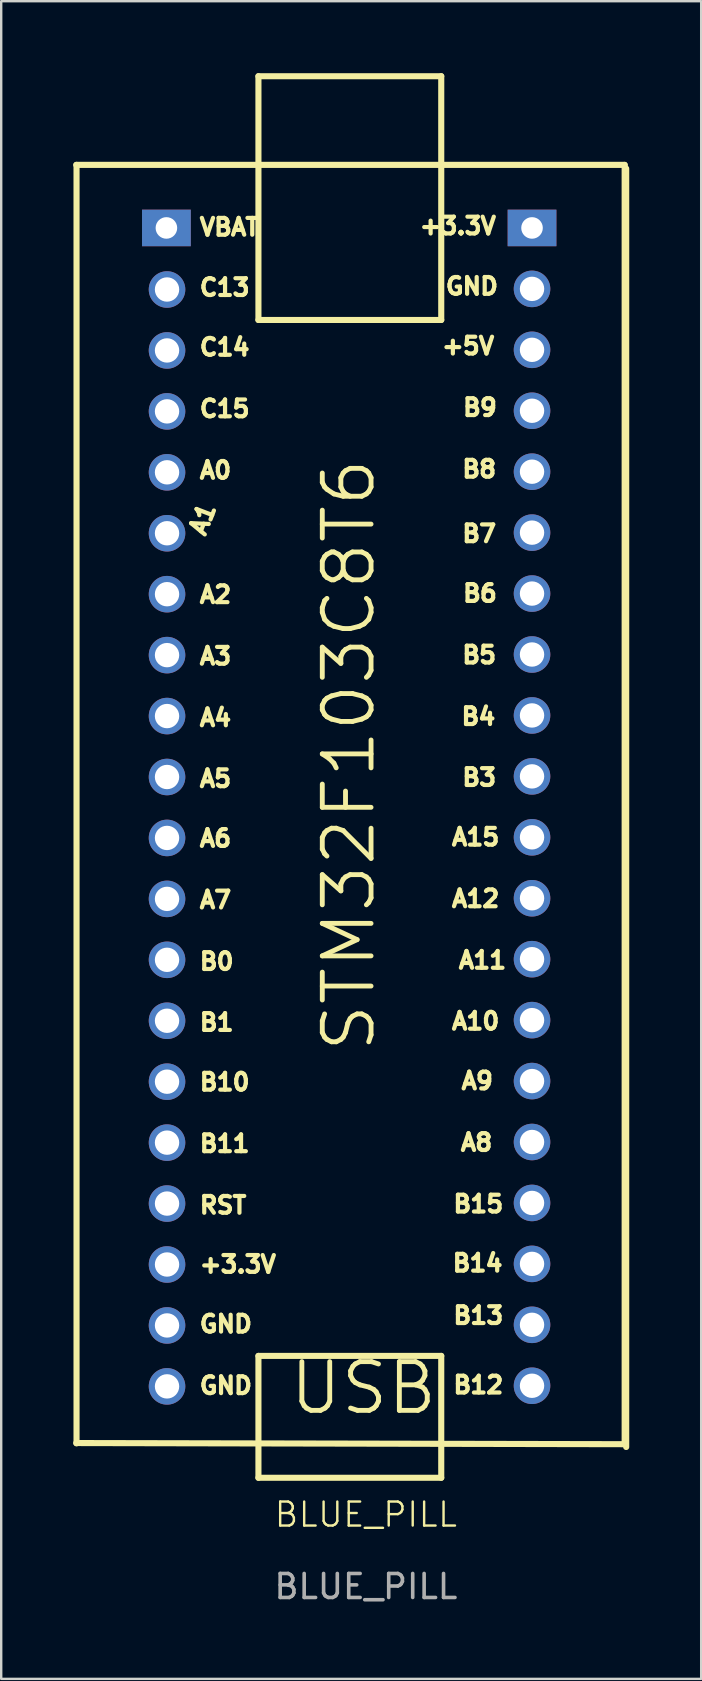
<source format=kicad_pcb>
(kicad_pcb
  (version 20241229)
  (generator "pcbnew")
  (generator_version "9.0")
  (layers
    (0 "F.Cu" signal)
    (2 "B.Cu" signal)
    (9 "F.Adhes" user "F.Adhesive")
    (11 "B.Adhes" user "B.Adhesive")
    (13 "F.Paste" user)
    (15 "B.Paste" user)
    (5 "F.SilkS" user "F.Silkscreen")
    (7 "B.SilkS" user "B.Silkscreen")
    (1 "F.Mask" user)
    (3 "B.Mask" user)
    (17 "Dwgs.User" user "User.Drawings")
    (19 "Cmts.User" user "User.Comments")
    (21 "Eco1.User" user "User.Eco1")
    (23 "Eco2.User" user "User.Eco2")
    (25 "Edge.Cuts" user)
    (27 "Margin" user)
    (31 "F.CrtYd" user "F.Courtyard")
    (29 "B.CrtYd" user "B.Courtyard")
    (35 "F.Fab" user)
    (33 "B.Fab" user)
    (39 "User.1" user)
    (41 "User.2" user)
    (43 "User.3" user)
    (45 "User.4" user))
  (footprint "BLUE_PILL"
    (layer "F.Cu")
    (at 12.22 29.21)
    (property "Reference" "BLUE_PILL" (at -0.02 30.87 0) (unlocked yes) (layer "F.SilkS") (effects (font (size 1 1) (thickness 0.1))))
    (attr through_hole)
    (fp_line (start -12.093 -25.388) (end 10.767 -25.388) (stroke (width 0.254) (type solid)) (layer "F.SilkS"))
    (fp_line (start -12.093 27.889) (end 10.772 27.937) (stroke (width 0.254) (type solid)) (layer "F.SilkS"))
    (fp_line (start -12.08 27.902) (end -12.08 -25.388) (stroke (width 0.254) (type solid)) (layer "F.SilkS"))
    (fp_line (start -4.498 -29.083) (end 3.122 -29.083) (stroke (width 0.254) (type solid)) (layer "F.SilkS"))
    (fp_line (start -4.498 -18.923) (end -4.498 -29.083) (stroke (width 0.254) (type solid)) (layer "F.SilkS"))
    (fp_line (start -4.498 -18.923) (end 3.122 -18.923) (stroke (width 0.254) (type solid)) (layer "F.SilkS"))
    (fp_line (start -4.498 24.257) (end 3.122 24.257) (stroke (width 0.254) (type solid)) (layer "F.SilkS"))
    (fp_line (start -4.498 29.337) (end -4.498 24.257) (stroke (width 0.254) (type solid)) (layer "F.SilkS"))
    (fp_line (start -4.498 29.337) (end 3.122 29.337) (stroke (width 0.254) (type solid)) (layer "F.SilkS"))
    (fp_line (start 3.122 -18.923) (end 3.122 -29.083) (stroke (width 0.254) (type solid)) (layer "F.SilkS"))
    (fp_line (start 3.122 29.337) (end 3.122 24.257) (stroke (width 0.254) (type solid)) (layer "F.SilkS"))
    (fp_line (start 10.767 27.902) (end 10.767 -25.388) (stroke (width 0.254) (type solid)) (layer "F.SilkS"))
    (fp_line (start 10.831 28.054) (end 10.831 -25.235) (stroke (width 0.254) (type solid)) (layer "F.SilkS"))
    (fp_line (start -0.06 0) (end -0.059 -0.001) (stroke (width 0.003) (type solid)) (layer "Eco1.User"))
    (fp_text user "B1" (at -7.038 10.764 0) (unlocked yes) (layer "F.SilkS") (effects (font (size 0.7 0.7) (thickness 0.2)) (justify left bottom)))
    (fp_text user "B13" (at 3.536 22.981 0) (unlocked yes) (layer "F.SilkS") (effects (font (size 0.7 0.7) (thickness 0.2)) (justify left bottom)))
    (fp_text user "B6" (at 3.937 -7.118 0) (unlocked yes) (layer "F.SilkS") (effects (font (size 0.7 0.7) (thickness 0.2)) (justify left bottom)))
    (fp_text user "+5V" (at 3.058 -17.43 0) (unlocked yes) (layer "F.SilkS") (effects (font (size 0.7 0.7) (thickness 0.2)) (justify left bottom)))
    (fp_text user "+3.3V" (at -7.038 20.848 0) (unlocked yes) (layer "F.SilkS") (effects (font (size 0.7 0.7) (thickness 0.2)) (justify left bottom)))
    (fp_text user "B8" (at 3.906 -12.299 0) (unlocked yes) (layer "F.SilkS") (effects (font (size 0.7 0.7) (thickness 0.2)) (justify left bottom)))
    (fp_text user "A0" (at -7.038 -12.249 0) (unlocked yes) (layer "F.SilkS") (effects (font (size 0.7 0.7) (thickness 0.2)) (justify left bottom)))
    (fp_text user "A4" (at -7.038 -1.936 0) (unlocked yes) (layer "F.SilkS") (effects (font (size 0.7 0.7) (thickness 0.2)) (justify left bottom)))
    (fp_text user "GND" (at -7.038 23.337 0) (unlocked yes) (layer "F.SilkS") (effects (font (size 0.7 0.7) (thickness 0.2)) (justify left bottom)))
    (fp_text user "A3" (at -7.038 -4.502 0) (unlocked yes) (layer "F.SilkS") (effects (font (size 0.7 0.7) (thickness 0.2)) (justify left bottom)))
    (fp_text user "GND" (at -7.038 25.902 0) (unlocked yes) (layer "F.SilkS") (effects (font (size 0.7 0.7) (thickness 0.2)) (justify left bottom)))
    (fp_text user "B5" (at 3.906 -4.552 0) (unlocked yes) (layer "F.SilkS") (effects (font (size 0.7 0.7) (thickness 0.2)) (justify left bottom)))
    (fp_text user "A9" (at 3.873 13.202 0) (unlocked yes) (layer "F.SilkS") (effects (font (size 0.7 0.7) (thickness 0.2)) (justify left bottom)))
    (fp_text user "A2" (at -7.038 -7.067 0) (unlocked yes) (layer "F.SilkS") (effects (font (size 0.7 0.7) (thickness 0.2)) (justify left bottom)))
    (fp_text user "B11" (at -7.038 15.818 0) (unlocked yes) (layer "F.SilkS") (effects (font (size 0.7 0.7) (thickness 0.2)) (justify left bottom)))
    (fp_text user "B4" (at 3.873 -1.987 0) (unlocked yes) (layer "F.SilkS") (effects (font (size 0.7 0.7) (thickness 0.2)) (justify left bottom)))
    (fp_text user "C13" (at -7.038 -19.869 0) (unlocked yes) (layer "F.SilkS") (effects (font (size 0.7 0.7) (thickness 0.2)) (justify left bottom)))
    (fp_text user "A6" (at -7.038 3.093 0) (unlocked yes) (layer "F.SilkS") (effects (font (size 0.7 0.7) (thickness 0.2)) (justify left bottom)))
    (fp_text user "B15" (at 3.536 18.333 0) (unlocked yes) (layer "F.SilkS") (effects (font (size 0.7 0.7) (thickness 0.2)) (justify left bottom)))
    (fp_text user "GND" (at 3.218 -19.919 0) (unlocked yes) (layer "F.SilkS") (effects (font (size 0.7 0.7) (thickness 0.2)) (justify left bottom)))
    (fp_text user "A15" (at 3.472 3.042 0) (unlocked yes) (layer "F.SilkS") (effects (font (size 0.7 0.7) (thickness 0.2)) (justify left bottom)))
    (fp_text user "A8" (at 3.843 15.768 0) (unlocked yes) (layer "F.SilkS") (effects (font (size 0.7 0.7) (thickness 0.2)) (justify left bottom)))
    (fp_text user "B12" (at 3.536 25.877 0) (unlocked yes) (layer "F.SilkS") (effects (font (size 0.7 0.7) (thickness 0.2)) (justify left bottom)))
    (fp_text user "A10" (at 3.472 10.713 0) (unlocked yes) (layer "F.SilkS") (effects (font (size 0.7 0.7) (thickness 0.2)) (justify left bottom)))
    (fp_text user "C15" (at -7.038 -14.814 0) (unlocked yes) (layer "F.SilkS") (effects (font (size 0.7 0.7) (thickness 0.2)) (justify left bottom)))
    (fp_text user "A12" (at 3.472 5.608 0) (unlocked yes) (layer "F.SilkS") (effects (font (size 0.7 0.7) (thickness 0.2)) (justify left bottom)))
    (fp_text user "USB" (at -3.305 26.787 0) (unlocked yes) (layer "F.SilkS") (effects (font (size 2.032 2.032) (thickness 0.203)) (justify left bottom)))
    (fp_text user "B7" (at 3.906 -9.607 0) (unlocked yes) (layer "F.SilkS") (effects (font (size 0.7 0.7) (thickness 0.2)) (justify left bottom)))
    (fp_text user "B14" (at 3.505 20.797 0) (unlocked yes) (layer "F.SilkS") (effects (font (size 0.7 0.7) (thickness 0.2)) (justify left bottom)))
    (fp_text user "B0" (at -7.038 8.224 0) (unlocked yes) (layer "F.SilkS") (effects (font (size 0.7 0.7) (thickness 0.2)) (justify left bottom)))
    (fp_text user "A1" (at -6.712 -9.781 69) (unlocked yes) (layer "F.SilkS") (effects (font (size 0.7 0.7) (thickness 0.2)) (justify left bottom)))
    (fp_text user "A7" (at -7.038 5.658 0) (unlocked yes) (layer "F.SilkS") (effects (font (size 0.7 0.7) (thickness 0.2)) (justify left bottom)))
    (fp_text user "A5" (at -7.038 0.604 0) (unlocked yes) (layer "F.SilkS") (effects (font (size 0.7 0.7) (thickness 0.2)) (justify left bottom)))
    (fp_text user "B10" (at -7.038 13.253 0) (unlocked yes) (layer "F.SilkS") (effects (font (size 0.7 0.7) (thickness 0.2)) (justify left bottom)))
    (fp_text user "VBAT" (at -7.038 -22.383 0) (unlocked yes) (layer "F.SilkS") (effects (font (size 0.7 0.7) (thickness 0.2)) (justify left bottom)))
    (fp_text user "RST" (at -7.038 18.384 0) (unlocked yes) (layer "F.SilkS") (effects (font (size 0.7 0.7) (thickness 0.2)) (justify left bottom)))
    (fp_text user "B9" (at 3.937 -14.865 0) (unlocked yes) (layer "F.SilkS") (effects (font (size 0.7 0.7) (thickness 0.2)) (justify left bottom)))
    (fp_text user "C14" (at -7.038 -17.379 0) (unlocked yes) (layer "F.SilkS") (effects (font (size 0.7 0.7) (thickness 0.2)) (justify left bottom)))
    (fp_text user "B3" (at 3.906 0.553 0) (unlocked yes) (layer "F.SilkS") (effects (font (size 0.7 0.7) (thickness 0.2)) (justify left bottom)))
    (fp_text user "STM32F103C8T6" (at 0.455 11.684 90) (unlocked yes) (layer "F.SilkS") (effects (font (size 2.032 2.032) (thickness 0.203)) (justify left bottom)))
    (fp_text user "+3.3V" (at 2.131 -22.434 0) (unlocked yes) (layer "F.SilkS") (effects (font (size 0.7 0.7) (thickness 0.2)) (justify left bottom)))
    (fp_text user "A11" (at 3.759 8.173 0) (unlocked yes) (layer "F.SilkS") (effects (font (size 0.7 0.7) (thickness 0.2)) (justify left bottom)))
    (fp_text user "${REFERENCE}" (at -0.02 33.87 0) (unlocked yes) (layer "F.Fab") (effects (font (size 1 1) (thickness 0.15))))
    (pad "1" thru_hole circle (at 6.906 25.501 180) (size 1.524 1.524) (drill 1.016) (layers "*.Cu" "*.Mask"))
    (pad "2" thru_hole circle (at 6.906 22.961 180) (size 1.524 1.524) (drill 1.016) (layers "*.Cu" "*.Mask"))
    (pad "3" thru_hole circle (at 6.906 20.421 180) (size 1.524 1.524) (drill 1.016) (layers "*.Cu" "*.Mask"))
    (pad "4" thru_hole circle (at 6.906 17.881 180) (size 1.524 1.524) (drill 1.016) (layers "*.Cu" "*.Mask"))
    (pad "5" thru_hole circle (at 6.906 15.341 180) (size 1.524 1.524) (drill 1.016) (layers "*.Cu" "*.Mask"))
    (pad "6" thru_hole circle (at 6.906 12.801 180) (size 1.524 1.524) (drill 1.016) (layers "*.Cu" "*.Mask"))
    (pad "7" thru_hole circle (at 6.906 10.261 180) (size 1.524 1.524) (drill 1.016) (layers "*.Cu" "*.Mask"))
    (pad "8" thru_hole circle (at 6.906 7.721 180) (size 1.524 1.524) (drill 1.016) (layers "*.Cu" "*.Mask"))
    (pad "9" thru_hole circle (at 6.906 5.181 180) (size 1.524 1.524) (drill 1.016) (layers "*.Cu" "*.Mask"))
    (pad "10" thru_hole circle (at 6.906 2.641 180) (size 1.524 1.524) (drill 1.016) (layers "*.Cu" "*.Mask"))
    (pad "11" thru_hole circle (at 6.906 0.101 180) (size 1.524 1.524) (drill 1.016) (layers "*.Cu" "*.Mask"))
    (pad "12" thru_hole circle (at 6.906 -2.439 180) (size 1.524 1.524) (drill 1.016) (layers "*.Cu" "*.Mask"))
    (pad "13" thru_hole circle (at 6.906 -4.979 180) (size 1.524 1.524) (drill 1.016) (layers "*.Cu" "*.Mask"))
    (pad "14" thru_hole circle (at 6.906 -7.519 180) (size 1.524 1.524) (drill 1.016) (layers "*.Cu" "*.Mask"))
    (pad "15" thru_hole circle (at 6.906 -10.059 180) (size 1.524 1.524) (drill 1.016) (layers "*.Cu" "*.Mask"))
    (pad "16" thru_hole circle (at 6.906 -12.599 180) (size 1.524 1.524) (drill 1.016) (layers "*.Cu" "*.Mask"))
    (pad "17" thru_hole circle (at 6.906 -15.139 180) (size 1.524 1.524) (drill 1.016) (layers "*.Cu" "*.Mask"))
    (pad "18" thru_hole circle (at 6.906 -17.679 180) (size 1.524 1.524) (drill 1.016) (layers "*.Cu" "*.Mask"))
    (pad "19" thru_hole circle (at 6.906 -20.219 180) (size 1.524 1.524) (drill 1.016) (layers "*.Cu" "*.Mask"))
    (pad "20" thru_hole rect (at 6.906 -22.759 180) (size 2.032 1.524) (drill 0.899) (layers "*.Cu" "*.Mask"))
    (pad "21" thru_hole rect (at -8.334 -22.759 180) (size 2.032 1.524) (drill 0.899) (layers "*.Cu" "*.Mask"))
    (pad "22" thru_hole circle (at -8.308 -20.193 180) (size 1.524 1.524) (drill 1.016) (layers "*.Cu" "*.Mask"))
    (pad "23" thru_hole circle (at -8.308 -17.653 180) (size 1.524 1.524) (drill 1.016) (layers "*.Cu" "*.Mask"))
    (pad "24" thru_hole circle (at -8.308 -15.113 180) (size 1.524 1.524) (drill 1.016) (layers "*.Cu" "*.Mask"))
    (pad "25" thru_hole circle (at -8.308 -12.573 180) (size 1.524 1.524) (drill 1.016) (layers "*.Cu" "*.Mask"))
    (pad "26" thru_hole circle (at -8.308 -10.033 180) (size 1.524 1.524) (drill 1.016) (layers "*.Cu" "*.Mask"))
    (pad "27" thru_hole circle (at -8.308 -7.493 180) (size 1.524 1.524) (drill 1.016) (layers "*.Cu" "*.Mask"))
    (pad "28" thru_hole circle (at -8.308 -4.953 180) (size 1.524 1.524) (drill 1.016) (layers "*.Cu" "*.Mask"))
    (pad "29" thru_hole circle (at -8.308 -2.413 180) (size 1.524 1.524) (drill 1.016) (layers "*.Cu" "*.Mask"))
    (pad "30" thru_hole circle (at -8.308 0.127 180) (size 1.524 1.524) (drill 1.016) (layers "*.Cu" "*.Mask"))
    (pad "31" thru_hole circle (at -8.308 2.667 180) (size 1.524 1.524) (drill 1.016) (layers "*.Cu" "*.Mask"))
    (pad "32" thru_hole circle (at -8.308 5.207 180) (size 1.524 1.524) (drill 1.016) (layers "*.Cu" "*.Mask"))
    (pad "33" thru_hole circle (at -8.308 7.747 180) (size 1.524 1.524) (drill 1.016) (layers "*.Cu" "*.Mask"))
    (pad "34" thru_hole circle (at -8.308 10.287 180) (size 1.524 1.524) (drill 1.016) (layers "*.Cu" "*.Mask"))
    (pad "35" thru_hole circle (at -8.308 12.827 180) (size 1.524 1.524) (drill 1.016) (layers "*.Cu" "*.Mask"))
    (pad "36" thru_hole circle (at -8.308 15.367 180) (size 1.524 1.524) (drill 1.016) (layers "*.Cu" "*.Mask"))
    (pad "37" thru_hole circle (at -8.308 17.907 180) (size 1.524 1.524) (drill 1.016) (layers "*.Cu" "*.Mask"))
    (pad "38" thru_hole circle (at -8.308 20.447 180) (size 1.524 1.524) (drill 1.016) (layers "*.Cu" "*.Mask"))
    (pad "39" thru_hole circle (at -8.308 22.987 180) (size 1.524 1.524) (drill 1.016) (layers "*.Cu" "*.Mask"))
    (pad "40" thru_hole circle (at -8.308 25.527 180) (size 1.524 1.524) (drill 1.016) (layers "*.Cu" "*.Mask")))
  (gr_rect
    (start -3 -3)
    (end 26.177 66.928)
    (stroke (width 0.1) (type default))
    (fill no)
    (layer "Edge.Cuts")))
</source>
